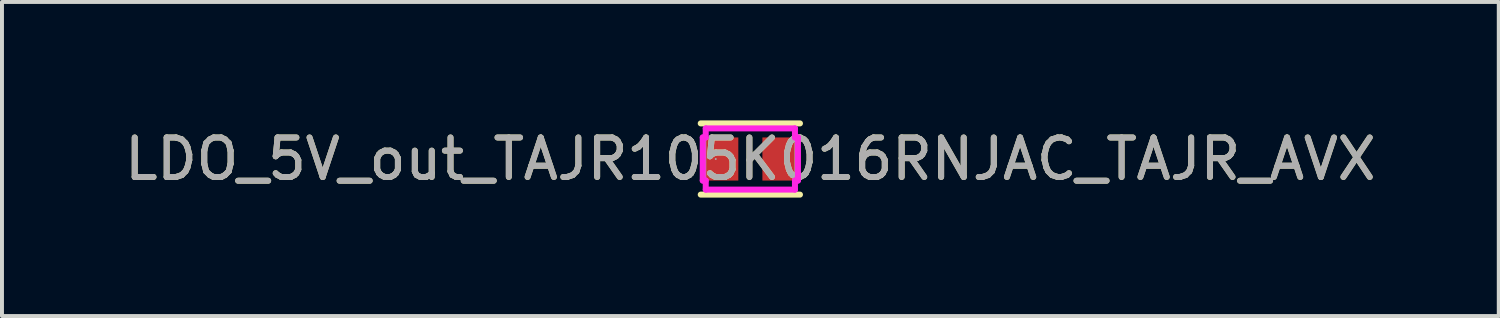
<source format=kicad_pcb>
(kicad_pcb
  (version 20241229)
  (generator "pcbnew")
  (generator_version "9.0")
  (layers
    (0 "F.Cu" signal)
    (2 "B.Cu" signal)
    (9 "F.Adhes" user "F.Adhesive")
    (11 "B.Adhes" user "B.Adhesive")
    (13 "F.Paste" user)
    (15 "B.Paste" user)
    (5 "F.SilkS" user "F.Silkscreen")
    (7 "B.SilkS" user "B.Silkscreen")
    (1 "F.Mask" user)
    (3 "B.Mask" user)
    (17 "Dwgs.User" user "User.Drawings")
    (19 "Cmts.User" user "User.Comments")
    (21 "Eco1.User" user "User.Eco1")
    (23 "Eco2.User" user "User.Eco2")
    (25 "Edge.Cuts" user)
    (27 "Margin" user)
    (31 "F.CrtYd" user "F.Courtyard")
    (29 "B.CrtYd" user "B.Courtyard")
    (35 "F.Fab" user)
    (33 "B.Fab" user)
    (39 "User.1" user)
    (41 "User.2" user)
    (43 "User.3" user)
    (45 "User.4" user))
  (footprint "LDO_5V_out_TAJR105K016RNJAC_TAJR_AVX"
    (layer "F.Cu")
    (at 15.958 0.978)
    (property "Reference" "LDO_5V_out_TAJR105K016RNJAC_TAJR_AVX" (at 0 0 0) (unlocked yes) (layer "F.SilkS") (effects (font (size 1 1) (thickness 0.15))))
    (attr smd)
    (fp_line (start -1.257 0.902) (end 1.257 0.902) (stroke (width 0.152) (type solid)) (layer "F.SilkS"))
    (fp_line (start 1.257 -0.902) (end -1.257 -0.902) (stroke (width 0.152) (type solid)) (layer "F.SilkS"))
    (fp_line (start -1.206 -0.546) (end -1.13 -0.546) (stroke (width 0.152) (type solid)) (layer "F.CrtYd"))
    (fp_line (start -1.206 0.546) (end -1.206 -0.546) (stroke (width 0.152) (type solid)) (layer "F.CrtYd"))
    (fp_line (start -1.13 -0.775) (end 1.13 -0.775) (stroke (width 0.152) (type solid)) (layer "F.CrtYd"))
    (fp_line (start -1.13 -0.546) (end -1.13 -0.775) (stroke (width 0.152) (type solid)) (layer "F.CrtYd"))
    (fp_line (start -1.13 0.546) (end -1.206 0.546) (stroke (width 0.152) (type solid)) (layer "F.CrtYd"))
    (fp_line (start -1.13 0.775) (end -1.13 0.546) (stroke (width 0.152) (type solid)) (layer "F.CrtYd"))
    (fp_line (start 1.13 -0.775) (end 1.13 -0.546) (stroke (width 0.152) (type solid)) (layer "F.CrtYd"))
    (fp_line (start 1.13 -0.546) (end 1.206 -0.546) (stroke (width 0.152) (type solid)) (layer "F.CrtYd"))
    (fp_line (start 1.13 0.546) (end 1.13 0.775) (stroke (width 0.152) (type solid)) (layer "F.CrtYd"))
    (fp_line (start 1.13 0.775) (end -1.13 0.775) (stroke (width 0.152) (type solid)) (layer "F.CrtYd"))
    (fp_line (start 1.206 -0.546) (end 1.206 0.546) (stroke (width 0.152) (type solid)) (layer "F.CrtYd"))
    (fp_line (start 1.206 0.546) (end 1.13 0.546) (stroke (width 0.152) (type solid)) (layer "F.CrtYd"))
    (fp_line (start -1.13 -0.775) (end -1.13 0.775) (stroke (width 0.025) (type solid)) (layer "F.Fab"))
    (fp_line (start -1.13 0.775) (end 1.13 0.775) (stroke (width 0.025) (type solid)) (layer "F.Fab"))
    (fp_line (start 1.13 -0.775) (end -1.13 -0.775) (stroke (width 0.025) (type solid)) (layer "F.Fab"))
    (fp_line (start 1.13 0.775) (end 1.13 -0.775) (stroke (width 0.025) (type solid)) (layer "F.Fab"))
    (fp_circle (center -0.876 0) (end -0.876 0) (stroke (width 0.025) (type solid)) (fill no) (layer "F.Fab"))
    (fp_text user "${REFERENCE}" (at 0 0 0) (unlocked yes) (layer "F.Fab") (effects (font (size 1 1) (thickness 0.15))))
    (pad "1" smd rect (at -0.756 0 90) (size 1.092 0.902) (layers "F.Cu" "F.Mask" "F.Paste"))
    (pad "2" smd rect (at 0.756 0 90) (size 1.092 0.902) (layers "F.Cu" "F.Mask" "F.Paste"))
    (zone (net_name "") (layer "F.Cu") (hatch full 0.508) (connect_pads) (min_thickness 0.254) (filled_areas_thickness no) (keepout (tracks not_allowed) (vias not_allowed) (pads allowed) (copperpour not_allowed) (footprints allowed)) (placement (enabled no)) (fill) (polygon (pts (xy 14.879 0.254) (xy 17.038 0.254) (xy 17.038 0.381) (xy 14.879 0.381))))
    (zone (net_name "") (layer "F.Cu") (hatch full 0.508) (connect_pads) (min_thickness 0.254) (filled_areas_thickness no) (keepout (tracks not_allowed) (vias not_allowed) (pads allowed) (copperpour not_allowed) (footprints allowed)) (placement (enabled no)) (fill) (polygon (pts (xy 14.879 1.575) (xy 17.038 1.575) (xy 17.038 1.702) (xy 14.879 1.702))))
    (zone (net_name "") (layer "F.Cu") (hatch full 0.508) (connect_pads) (min_thickness 0.254) (filled_areas_thickness no) (keepout (tracks not_allowed) (vias not_allowed) (pads allowed) (copperpour not_allowed) (footprints allowed)) (placement (enabled no)) (fill) (polygon (pts (xy 15.704 0.381) (xy 16.212 0.381) (xy 16.212 1.575) (xy 15.704 1.575)))))
  (gr_rect
    (start -3 -3)
    (end 34.917 4.956)
    (stroke (width 0.1) (type default))
    (fill no)
    (layer "Edge.Cuts")))
</source>
